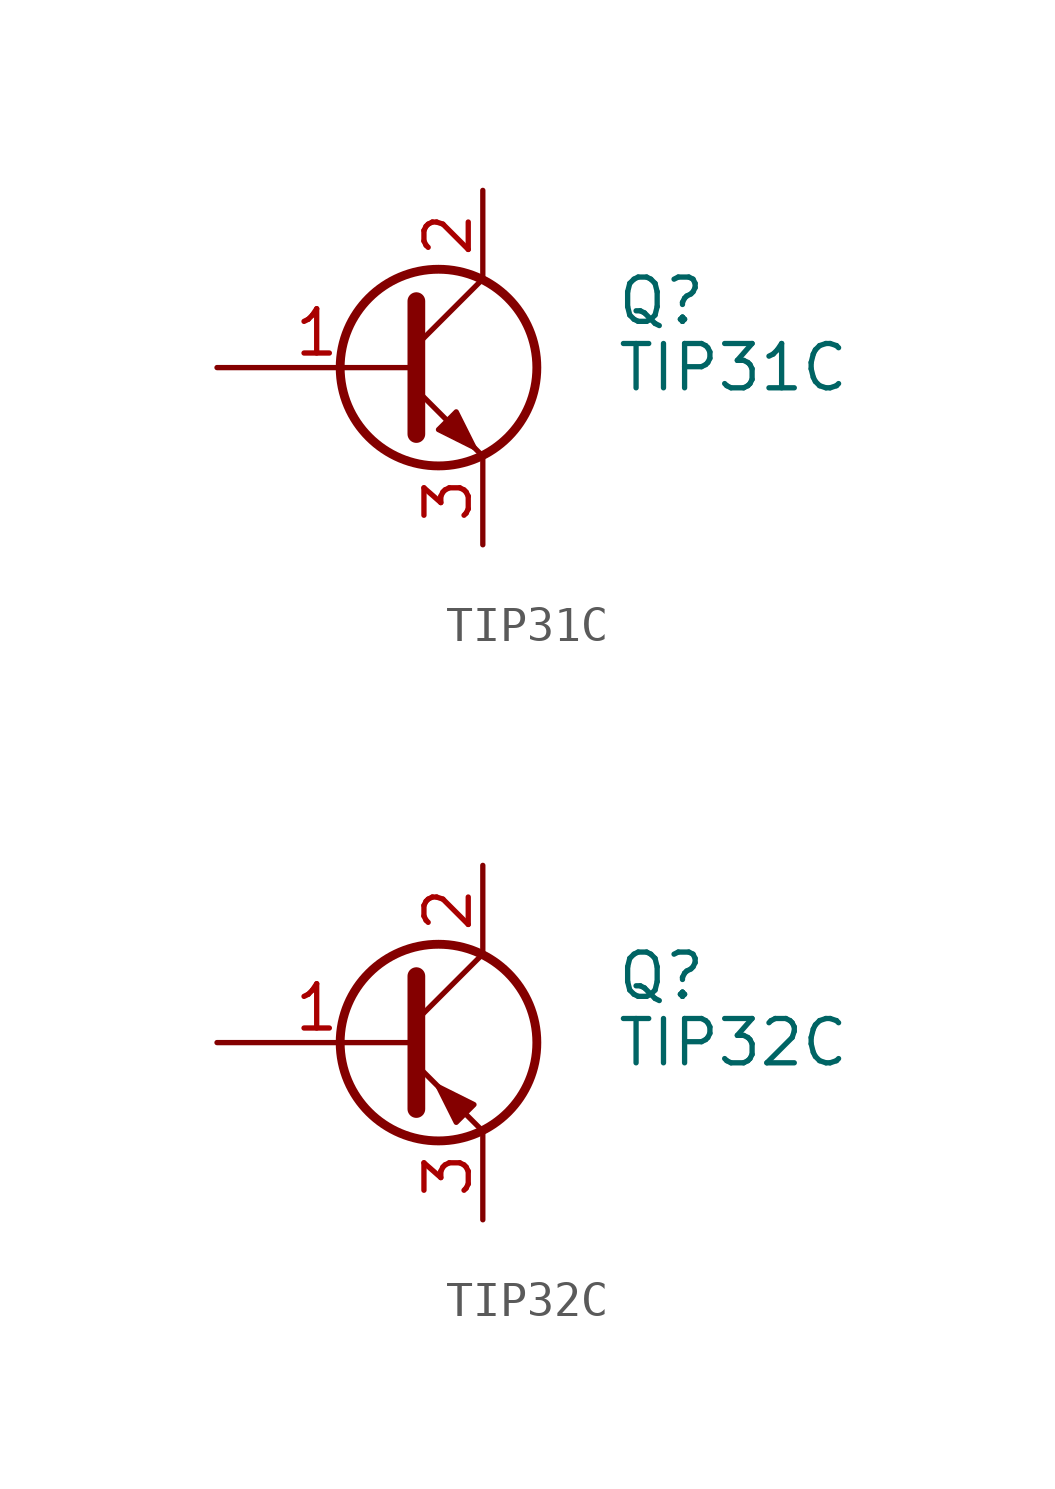
<source format=kicad_sym>
(kicad_symbol_lib
  (version 20231120)
  (generator "kicad_symbol_editor")
  (generator_version "8.0")
  (symbol "TIP31C"
    (pin_names
      (offset 0) hide)
    (property "Reference" "Q"
      (at 6.35 1.905 0)
      (effects (font (size 1.27 1.27)) (justify left)))
    (property "Value" "TIP31C"
      (at 6.35 0 0)
      (effects (font (size 1.27 1.27)) (justify left)))
    (symbol "TIP31C_0_1"
      (polyline (pts (xy 0.635 0.635) (xy 2.54 2.54)) (stroke (width 0) (type default)) (fill (type none)))
      (polyline (pts (xy 0.635 -0.635) (xy 2.54 -2.54) (xy 2.54 -2.54)) (stroke (width 0) (type default)) (fill (type none)))
      (polyline (pts (xy 0.635 1.905) (xy 0.635 -1.905) (xy 0.635 -1.905)) (stroke (width 0.508) (type default)) (fill (type none)))
      (polyline (pts (xy 1.27 -1.778) (xy 1.778 -1.27) (xy 2.286 -2.286) (xy 1.27 -1.778) (xy 1.27 -1.778)) (stroke (width 0) (type default)) (fill (type outline)))
      (circle (center 1.27 0) (radius 2.819) (stroke (width 0.254) (type default)) (fill (type none))))
    (symbol "TIP31C_1_1"
      (pin input line (at -5.08 0 0) (length 5.715) (name "B" (effects (font (size 1.27 1.27)))) (number "1" (effects (font (size 1.27 1.27)))))
      (pin passive line (at 2.54 5.08 270) (length 2.54) (name "C" (effects (font (size 1.27 1.27)))) (number "2" (effects (font (size 1.27 1.27)))))
      (pin passive line (at 2.54 -5.08 90) (length 2.54) (name "E" (effects (font (size 1.27 1.27)))) (number "3" (effects (font (size 1.27 1.27)))))))
  (symbol "TIP32C"
    (pin_names
      (offset 0) hide)
    (property "Reference" "Q"
      (at 6.35 1.905 0)
      (effects (font (size 1.27 1.27)) (justify left)))
    (property "Value" "TIP32C"
      (at 6.35 0 0)
      (effects (font (size 1.27 1.27)) (justify left)))
    (symbol "TIP32C_0_1"
      (polyline (pts (xy 0.635 0.635) (xy 2.54 2.54)) (stroke (width 0) (type default)) (fill (type none)))
      (polyline (pts (xy 0.635 -0.635) (xy 2.54 -2.54) (xy 2.54 -2.54)) (stroke (width 0) (type default)) (fill (type none)))
      (polyline (pts (xy 0.635 1.905) (xy 0.635 -1.905) (xy 0.635 -1.905)) (stroke (width 0.508) (type default)) (fill (type none)))
      (polyline (pts (xy 2.286 -1.778) (xy 1.778 -2.286) (xy 1.27 -1.27) (xy 2.286 -1.778) (xy 2.286 -1.778)) (stroke (width 0) (type default)) (fill (type outline)))
      (circle (center 1.27 0) (radius 2.819) (stroke (width 0.254) (type default)) (fill (type none))))
    (symbol "TIP32C_1_1"
      (pin input line (at -5.08 0 0) (length 5.715) (name "B" (effects (font (size 1.27 1.27)))) (number "1" (effects (font (size 1.27 1.27)))))
      (pin passive line (at 2.54 5.08 270) (length 2.54) (name "C" (effects (font (size 1.27 1.27)))) (number "2" (effects (font (size 1.27 1.27)))))
      (pin passive line (at 2.54 -5.08 90) (length 2.54) (name "E" (effects (font (size 1.27 1.27)))) (number "3" (effects (font (size 1.27 1.27))))))))
</source>
